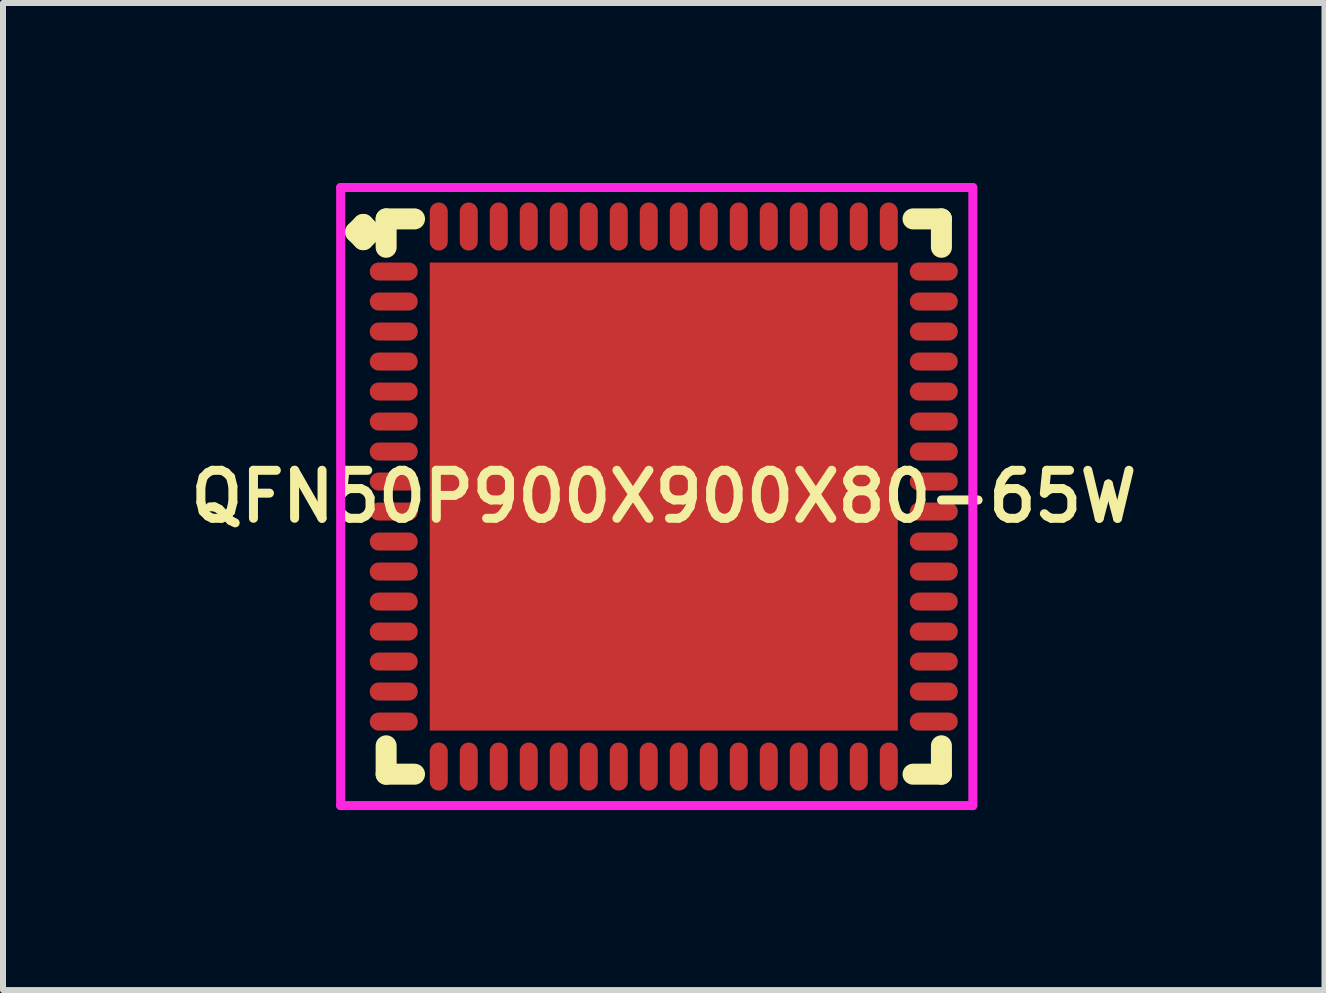
<source format=kicad_pcb>
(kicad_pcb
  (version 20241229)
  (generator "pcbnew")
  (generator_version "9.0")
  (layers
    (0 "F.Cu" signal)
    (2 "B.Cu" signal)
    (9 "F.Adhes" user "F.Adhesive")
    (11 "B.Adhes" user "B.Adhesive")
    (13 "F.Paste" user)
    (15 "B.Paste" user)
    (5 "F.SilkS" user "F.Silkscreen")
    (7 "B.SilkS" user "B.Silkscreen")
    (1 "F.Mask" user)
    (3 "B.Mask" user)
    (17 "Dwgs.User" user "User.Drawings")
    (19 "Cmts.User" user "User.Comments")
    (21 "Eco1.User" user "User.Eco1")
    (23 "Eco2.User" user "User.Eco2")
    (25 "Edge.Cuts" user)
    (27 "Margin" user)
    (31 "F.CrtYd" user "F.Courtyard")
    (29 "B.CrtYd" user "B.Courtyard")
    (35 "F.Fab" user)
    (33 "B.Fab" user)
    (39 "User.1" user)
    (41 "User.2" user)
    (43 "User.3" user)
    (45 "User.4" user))
  (footprint "QFN50P900X900X80-65W"
    (layer "F.Cu")
    (at 8.012 5.225)
    (property "Reference" "QFN50P900X900X80-65W" (at 0 0 0) (layer "F.SilkS") (effects (font (size 0.8 0.8) (thickness 0.15))))
    (attr smd)
    (fp_line (start -5.135 -4.408) (end -5.008 -4.535) (stroke (width 0.35) (type solid)) (layer "F.SilkS"))
    (fp_line (start -5.008 -4.535) (end -4.881 -4.408) (stroke (width 0.35) (type solid)) (layer "F.SilkS"))
    (fp_line (start -5.008 -4.281) (end -5.135 -4.408) (stroke (width 0.35) (type solid)) (layer "F.SilkS"))
    (fp_line (start -4.881 -4.408) (end -5.008 -4.281) (stroke (width 0.35) (type solid)) (layer "F.SilkS"))
    (fp_line (start -4.627 -4.627) (end -4.154 -4.627) (stroke (width 0.35) (type solid)) (layer "F.SilkS"))
    (fp_line (start -4.627 -4.154) (end -4.627 -4.627) (stroke (width 0.35) (type solid)) (layer "F.SilkS"))
    (fp_line (start -4.627 4.154) (end -4.627 4.627) (stroke (width 0.35) (type solid)) (layer "F.SilkS"))
    (fp_line (start -4.627 4.627) (end -4.154 4.627) (stroke (width 0.35) (type solid)) (layer "F.SilkS"))
    (fp_line (start 4.154 -4.627) (end 4.627 -4.627) (stroke (width 0.35) (type solid)) (layer "F.SilkS"))
    (fp_line (start 4.154 4.627) (end 4.627 4.627) (stroke (width 0.35) (type solid)) (layer "F.SilkS"))
    (fp_line (start 4.627 -4.627) (end 4.627 -4.154) (stroke (width 0.35) (type solid)) (layer "F.SilkS"))
    (fp_line (start 4.627 4.627) (end 4.627 4.154) (stroke (width 0.35) (type solid)) (layer "F.SilkS"))
    (fp_line (start -5.385 -5.15) (end 5.15 -5.15) (stroke (width 0.15) (type solid)) (layer "F.CrtYd"))
    (fp_line (start -5.385 5.15) (end -5.385 -5.15) (stroke (width 0.15) (type solid)) (layer "F.CrtYd"))
    (fp_line (start 5.15 -5.15) (end 5.15 5.15) (stroke (width 0.15) (type solid)) (layer "F.CrtYd"))
    (fp_line (start 5.15 5.15) (end -5.385 5.15) (stroke (width 0.15) (type solid)) (layer "F.CrtYd"))
    (pad "1" smd oval (at -4.5 -3.75) (size 0.8 0.3) (layers "F.Cu" "F.Mask" "F.Paste"))
    (pad "2" smd oval (at -4.5 -3.25) (size 0.8 0.3) (layers "F.Cu" "F.Mask" "F.Paste"))
    (pad "3" smd oval (at -4.5 -2.75) (size 0.8 0.3) (layers "F.Cu" "F.Mask" "F.Paste"))
    (pad "4" smd oval (at -4.5 -2.25) (size 0.8 0.3) (layers "F.Cu" "F.Mask" "F.Paste"))
    (pad "5" smd oval (at -4.5 -1.75) (size 0.8 0.3) (layers "F.Cu" "F.Mask" "F.Paste"))
    (pad "6" smd oval (at -4.5 -1.25) (size 0.8 0.3) (layers "F.Cu" "F.Mask" "F.Paste"))
    (pad "7" smd oval (at -4.5 -0.75) (size 0.8 0.3) (layers "F.Cu" "F.Mask" "F.Paste"))
    (pad "8" smd oval (at -4.5 -0.25) (size 0.8 0.3) (layers "F.Cu" "F.Mask" "F.Paste"))
    (pad "9" smd oval (at -4.5 0.25) (size 0.8 0.3) (layers "F.Cu" "F.Mask" "F.Paste"))
    (pad "10" smd oval (at -4.5 0.75) (size 0.8 0.3) (layers "F.Cu" "F.Mask" "F.Paste"))
    (pad "11" smd oval (at -4.5 1.25) (size 0.8 0.3) (layers "F.Cu" "F.Mask" "F.Paste"))
    (pad "12" smd oval (at -4.5 1.75) (size 0.8 0.3) (layers "F.Cu" "F.Mask" "F.Paste"))
    (pad "13" smd oval (at -4.5 2.25) (size 0.8 0.3) (layers "F.Cu" "F.Mask" "F.Paste"))
    (pad "14" smd oval (at -4.5 2.75) (size 0.8 0.3) (layers "F.Cu" "F.Mask" "F.Paste"))
    (pad "15" smd oval (at -4.5 3.25) (size 0.8 0.3) (layers "F.Cu" "F.Mask" "F.Paste"))
    (pad "16" smd oval (at -4.5 3.75) (size 0.8 0.3) (layers "F.Cu" "F.Mask" "F.Paste"))
    (pad "17" smd oval (at -3.75 4.5) (size 0.3 0.8) (layers "F.Cu" "F.Mask" "F.Paste"))
    (pad "18" smd oval (at -3.25 4.5) (size 0.3 0.8) (layers "F.Cu" "F.Mask" "F.Paste"))
    (pad "19" smd oval (at -2.75 4.5) (size 0.3 0.8) (layers "F.Cu" "F.Mask" "F.Paste"))
    (pad "20" smd oval (at -2.25 4.5) (size 0.3 0.8) (layers "F.Cu" "F.Mask" "F.Paste"))
    (pad "21" smd oval (at -1.75 4.5) (size 0.3 0.8) (layers "F.Cu" "F.Mask" "F.Paste"))
    (pad "22" smd oval (at -1.25 4.5) (size 0.3 0.8) (layers "F.Cu" "F.Mask" "F.Paste"))
    (pad "23" smd oval (at -0.75 4.5) (size 0.3 0.8) (layers "F.Cu" "F.Mask" "F.Paste"))
    (pad "24" smd oval (at -0.25 4.5) (size 0.3 0.8) (layers "F.Cu" "F.Mask" "F.Paste"))
    (pad "25" smd oval (at 0.25 4.5) (size 0.3 0.8) (layers "F.Cu" "F.Mask" "F.Paste"))
    (pad "26" smd oval (at 0.75 4.5) (size 0.3 0.8) (layers "F.Cu" "F.Mask" "F.Paste"))
    (pad "27" smd oval (at 1.25 4.5) (size 0.3 0.8) (layers "F.Cu" "F.Mask" "F.Paste"))
    (pad "28" smd oval (at 1.75 4.5) (size 0.3 0.8) (layers "F.Cu" "F.Mask" "F.Paste"))
    (pad "29" smd oval (at 2.25 4.5) (size 0.3 0.8) (layers "F.Cu" "F.Mask" "F.Paste"))
    (pad "30" smd oval (at 2.75 4.5) (size 0.3 0.8) (layers "F.Cu" "F.Mask" "F.Paste"))
    (pad "31" smd oval (at 3.25 4.5) (size 0.3 0.8) (layers "F.Cu" "F.Mask" "F.Paste"))
    (pad "32" smd oval (at 3.75 4.5) (size 0.3 0.8) (layers "F.Cu" "F.Mask" "F.Paste"))
    (pad "33" smd oval (at 4.5 3.75) (size 0.8 0.3) (layers "F.Cu" "F.Mask" "F.Paste"))
    (pad "34" smd oval (at 4.5 3.25) (size 0.8 0.3) (layers "F.Cu" "F.Mask" "F.Paste"))
    (pad "35" smd oval (at 4.5 2.75) (size 0.8 0.3) (layers "F.Cu" "F.Mask" "F.Paste"))
    (pad "36" smd oval (at 4.5 2.25) (size 0.8 0.3) (layers "F.Cu" "F.Mask" "F.Paste"))
    (pad "37" smd oval (at 4.5 1.75) (size 0.8 0.3) (layers "F.Cu" "F.Mask" "F.Paste"))
    (pad "38" smd oval (at 4.5 1.25) (size 0.8 0.3) (layers "F.Cu" "F.Mask" "F.Paste"))
    (pad "39" smd oval (at 4.5 0.75) (size 0.8 0.3) (layers "F.Cu" "F.Mask" "F.Paste"))
    (pad "40" smd oval (at 4.5 0.25) (size 0.8 0.3) (layers "F.Cu" "F.Mask" "F.Paste"))
    (pad "41" smd oval (at 4.5 -0.25) (size 0.8 0.3) (layers "F.Cu" "F.Mask" "F.Paste"))
    (pad "42" smd oval (at 4.5 -0.75) (size 0.8 0.3) (layers "F.Cu" "F.Mask" "F.Paste"))
    (pad "43" smd oval (at 4.5 -1.25) (size 0.8 0.3) (layers "F.Cu" "F.Mask" "F.Paste"))
    (pad "44" smd oval (at 4.5 -1.75) (size 0.8 0.3) (layers "F.Cu" "F.Mask" "F.Paste"))
    (pad "45" smd oval (at 4.5 -2.25) (size 0.8 0.3) (layers "F.Cu" "F.Mask" "F.Paste"))
    (pad "46" smd oval (at 4.5 -2.75) (size 0.8 0.3) (layers "F.Cu" "F.Mask" "F.Paste"))
    (pad "47" smd oval (at 4.5 -3.25) (size 0.8 0.3) (layers "F.Cu" "F.Mask" "F.Paste"))
    (pad "48" smd oval (at 4.5 -3.75) (size 0.8 0.3) (layers "F.Cu" "F.Mask" "F.Paste"))
    (pad "49" smd oval (at 3.75 -4.5) (size 0.3 0.8) (layers "F.Cu" "F.Mask" "F.Paste"))
    (pad "50" smd oval (at 3.25 -4.5) (size 0.3 0.8) (layers "F.Cu" "F.Mask" "F.Paste"))
    (pad "51" smd oval (at 2.75 -4.5) (size 0.3 0.8) (layers "F.Cu" "F.Mask" "F.Paste"))
    (pad "52" smd oval (at 2.25 -4.5) (size 0.3 0.8) (layers "F.Cu" "F.Mask" "F.Paste"))
    (pad "53" smd oval (at 1.75 -4.5) (size 0.3 0.8) (layers "F.Cu" "F.Mask" "F.Paste"))
    (pad "54" smd oval (at 1.25 -4.5) (size 0.3 0.8) (layers "F.Cu" "F.Mask" "F.Paste"))
    (pad "55" smd oval (at 0.75 -4.5) (size 0.3 0.8) (layers "F.Cu" "F.Mask" "F.Paste"))
    (pad "56" smd oval (at 0.25 -4.5) (size 0.3 0.8) (layers "F.Cu" "F.Mask" "F.Paste"))
    (pad "57" smd oval (at -0.25 -4.5) (size 0.3 0.8) (layers "F.Cu" "F.Mask" "F.Paste"))
    (pad "58" smd oval (at -0.75 -4.5) (size 0.3 0.8) (layers "F.Cu" "F.Mask" "F.Paste"))
    (pad "59" smd oval (at -1.25 -4.5) (size 0.3 0.8) (layers "F.Cu" "F.Mask" "F.Paste"))
    (pad "60" smd oval (at -1.75 -4.5) (size 0.3 0.8) (layers "F.Cu" "F.Mask" "F.Paste"))
    (pad "61" smd oval (at -2.25 -4.5) (size 0.3 0.8) (layers "F.Cu" "F.Mask" "F.Paste"))
    (pad "62" smd oval (at -2.75 -4.5) (size 0.3 0.8) (layers "F.Cu" "F.Mask" "F.Paste"))
    (pad "63" smd oval (at -3.25 -4.5) (size 0.3 0.8) (layers "F.Cu" "F.Mask" "F.Paste"))
    (pad "64" smd oval (at -3.75 -4.5) (size 0.3 0.8) (layers "F.Cu" "F.Mask" "F.Paste"))
    (pad "65" smd rect (at 0 0) (size 7.8 7.8) (layers "F.Cu" "F.Mask" "F.Paste")))
  (gr_rect
    (start -3 -3)
    (end 19.023 13.45)
    (stroke (width 0.1) (type default))
    (fill no)
    (layer "Edge.Cuts")))
</source>
